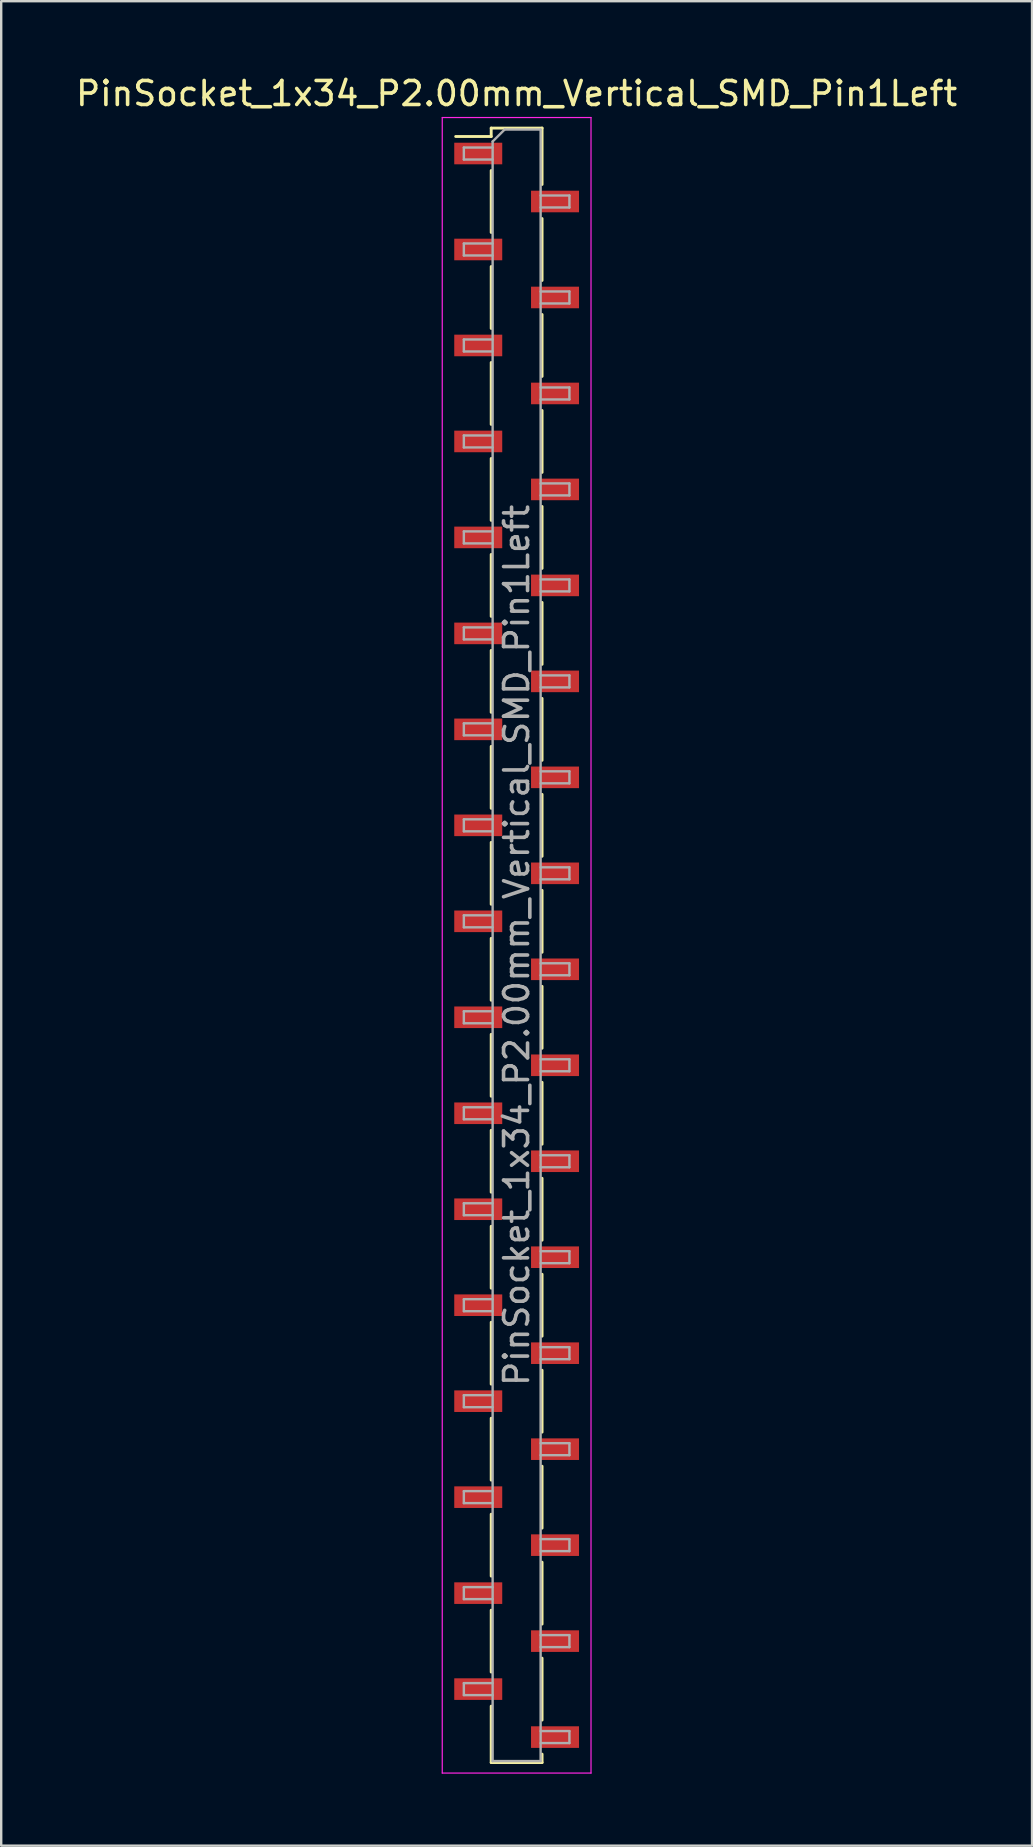
<source format=kicad_pcb>
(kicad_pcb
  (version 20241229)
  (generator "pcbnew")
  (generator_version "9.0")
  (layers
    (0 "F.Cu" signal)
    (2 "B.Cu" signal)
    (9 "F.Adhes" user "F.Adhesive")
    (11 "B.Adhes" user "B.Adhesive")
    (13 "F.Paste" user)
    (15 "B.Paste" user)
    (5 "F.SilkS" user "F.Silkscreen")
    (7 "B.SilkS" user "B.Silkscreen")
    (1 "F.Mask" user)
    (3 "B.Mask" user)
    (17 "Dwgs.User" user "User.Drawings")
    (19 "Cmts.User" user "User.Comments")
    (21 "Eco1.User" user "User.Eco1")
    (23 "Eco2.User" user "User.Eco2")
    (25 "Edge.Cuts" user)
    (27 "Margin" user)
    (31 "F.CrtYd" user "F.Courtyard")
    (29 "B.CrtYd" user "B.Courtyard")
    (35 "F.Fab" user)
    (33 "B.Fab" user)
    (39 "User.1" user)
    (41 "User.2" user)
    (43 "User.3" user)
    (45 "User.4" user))
  (footprint "PinSocket_1x34_P2.00mm_Vertical_SMD_Pin1Left"
    (layer "F.Cu")
    (at 18.482 36.348)
    (property "Reference" "PinSocket_1x34_P2.00mm_Vertical_SMD_Pin1Left" (at 0 -35.5 0) (layer "F.SilkS") (effects (font (size 1 1) (thickness 0.15))))
    (attr smd)
    (fp_line (start -2.54 -33.71) (end -1.06 -33.71) (stroke (width 0.12) (type solid)) (layer "F.SilkS"))
    (fp_line (start -1.06 -34.06) (end -1.06 -33.71) (stroke (width 0.12) (type solid)) (layer "F.SilkS"))
    (fp_line (start -1.06 -34.06) (end 1.06 -34.06) (stroke (width 0.12) (type solid)) (layer "F.SilkS"))
    (fp_line (start -1.06 -32.29) (end -1.06 -29.71) (stroke (width 0.12) (type solid)) (layer "F.SilkS"))
    (fp_line (start -1.06 -28.29) (end -1.06 -25.71) (stroke (width 0.12) (type solid)) (layer "F.SilkS"))
    (fp_line (start -1.06 -24.29) (end -1.06 -21.71) (stroke (width 0.12) (type solid)) (layer "F.SilkS"))
    (fp_line (start -1.06 -20.29) (end -1.06 -17.71) (stroke (width 0.12) (type solid)) (layer "F.SilkS"))
    (fp_line (start -1.06 -16.29) (end -1.06 -13.71) (stroke (width 0.12) (type solid)) (layer "F.SilkS"))
    (fp_line (start -1.06 -12.29) (end -1.06 -9.71) (stroke (width 0.12) (type solid)) (layer "F.SilkS"))
    (fp_line (start -1.06 -8.29) (end -1.06 -5.71) (stroke (width 0.12) (type solid)) (layer "F.SilkS"))
    (fp_line (start -1.06 -4.29) (end -1.06 -1.71) (stroke (width 0.12) (type solid)) (layer "F.SilkS"))
    (fp_line (start -1.06 -0.29) (end -1.06 2.29) (stroke (width 0.12) (type solid)) (layer "F.SilkS"))
    (fp_line (start -1.06 3.71) (end -1.06 6.29) (stroke (width 0.12) (type solid)) (layer "F.SilkS"))
    (fp_line (start -1.06 7.71) (end -1.06 10.29) (stroke (width 0.12) (type solid)) (layer "F.SilkS"))
    (fp_line (start -1.06 11.71) (end -1.06 14.29) (stroke (width 0.12) (type solid)) (layer "F.SilkS"))
    (fp_line (start -1.06 15.71) (end -1.06 18.29) (stroke (width 0.12) (type solid)) (layer "F.SilkS"))
    (fp_line (start -1.06 19.71) (end -1.06 22.29) (stroke (width 0.12) (type solid)) (layer "F.SilkS"))
    (fp_line (start -1.06 23.71) (end -1.06 26.29) (stroke (width 0.12) (type solid)) (layer "F.SilkS"))
    (fp_line (start -1.06 27.71) (end -1.06 30.29) (stroke (width 0.12) (type solid)) (layer "F.SilkS"))
    (fp_line (start -1.06 31.71) (end -1.06 34.06) (stroke (width 0.12) (type solid)) (layer "F.SilkS"))
    (fp_line (start -1.06 34.06) (end 1.06 34.06) (stroke (width 0.12) (type solid)) (layer "F.SilkS"))
    (fp_line (start 1.06 -34.06) (end 1.06 -31.71) (stroke (width 0.12) (type solid)) (layer "F.SilkS"))
    (fp_line (start 1.06 -30.29) (end 1.06 -27.71) (stroke (width 0.12) (type solid)) (layer "F.SilkS"))
    (fp_line (start 1.06 -26.29) (end 1.06 -23.71) (stroke (width 0.12) (type solid)) (layer "F.SilkS"))
    (fp_line (start 1.06 -22.29) (end 1.06 -19.71) (stroke (width 0.12) (type solid)) (layer "F.SilkS"))
    (fp_line (start 1.06 -18.29) (end 1.06 -15.71) (stroke (width 0.12) (type solid)) (layer "F.SilkS"))
    (fp_line (start 1.06 -14.29) (end 1.06 -11.71) (stroke (width 0.12) (type solid)) (layer "F.SilkS"))
    (fp_line (start 1.06 -10.29) (end 1.06 -7.71) (stroke (width 0.12) (type solid)) (layer "F.SilkS"))
    (fp_line (start 1.06 -6.29) (end 1.06 -3.71) (stroke (width 0.12) (type solid)) (layer "F.SilkS"))
    (fp_line (start 1.06 -2.29) (end 1.06 0.29) (stroke (width 0.12) (type solid)) (layer "F.SilkS"))
    (fp_line (start 1.06 1.71) (end 1.06 4.29) (stroke (width 0.12) (type solid)) (layer "F.SilkS"))
    (fp_line (start 1.06 5.71) (end 1.06 8.29) (stroke (width 0.12) (type solid)) (layer "F.SilkS"))
    (fp_line (start 1.06 9.71) (end 1.06 12.29) (stroke (width 0.12) (type solid)) (layer "F.SilkS"))
    (fp_line (start 1.06 13.71) (end 1.06 16.29) (stroke (width 0.12) (type solid)) (layer "F.SilkS"))
    (fp_line (start 1.06 17.71) (end 1.06 20.29) (stroke (width 0.12) (type solid)) (layer "F.SilkS"))
    (fp_line (start 1.06 21.71) (end 1.06 24.29) (stroke (width 0.12) (type solid)) (layer "F.SilkS"))
    (fp_line (start 1.06 25.71) (end 1.06 28.29) (stroke (width 0.12) (type solid)) (layer "F.SilkS"))
    (fp_line (start 1.06 29.71) (end 1.06 32.29) (stroke (width 0.12) (type solid)) (layer "F.SilkS"))
    (fp_line (start 1.06 33.71) (end 1.06 34.06) (stroke (width 0.12) (type solid)) (layer "F.SilkS"))
    (fp_line (start -3.1 -34.5) (end 3.1 -34.5) (stroke (width 0.05) (type solid)) (layer "F.CrtYd"))
    (fp_line (start -3.1 34.5) (end -3.1 -34.5) (stroke (width 0.05) (type solid)) (layer "F.CrtYd"))
    (fp_line (start 3.1 -34.5) (end 3.1 34.5) (stroke (width 0.05) (type solid)) (layer "F.CrtYd"))
    (fp_line (start 3.1 34.5) (end -3.1 34.5) (stroke (width 0.05) (type solid)) (layer "F.CrtYd"))
    (fp_line (start -2.2 -33.25) (end -1 -33.25) (stroke (width 0.1) (type solid)) (layer "F.Fab"))
    (fp_line (start -2.2 -32.75) (end -2.2 -33.25) (stroke (width 0.1) (type solid)) (layer "F.Fab"))
    (fp_line (start -2.2 -29.25) (end -1 -29.25) (stroke (width 0.1) (type solid)) (layer "F.Fab"))
    (fp_line (start -2.2 -28.75) (end -2.2 -29.25) (stroke (width 0.1) (type solid)) (layer "F.Fab"))
    (fp_line (start -2.2 -25.25) (end -1 -25.25) (stroke (width 0.1) (type solid)) (layer "F.Fab"))
    (fp_line (start -2.2 -24.75) (end -2.2 -25.25) (stroke (width 0.1) (type solid)) (layer "F.Fab"))
    (fp_line (start -2.2 -21.25) (end -1 -21.25) (stroke (width 0.1) (type solid)) (layer "F.Fab"))
    (fp_line (start -2.2 -20.75) (end -2.2 -21.25) (stroke (width 0.1) (type solid)) (layer "F.Fab"))
    (fp_line (start -2.2 -17.25) (end -1 -17.25) (stroke (width 0.1) (type solid)) (layer "F.Fab"))
    (fp_line (start -2.2 -16.75) (end -2.2 -17.25) (stroke (width 0.1) (type solid)) (layer "F.Fab"))
    (fp_line (start -2.2 -13.25) (end -1 -13.25) (stroke (width 0.1) (type solid)) (layer "F.Fab"))
    (fp_line (start -2.2 -12.75) (end -2.2 -13.25) (stroke (width 0.1) (type solid)) (layer "F.Fab"))
    (fp_line (start -2.2 -9.25) (end -1 -9.25) (stroke (width 0.1) (type solid)) (layer "F.Fab"))
    (fp_line (start -2.2 -8.75) (end -2.2 -9.25) (stroke (width 0.1) (type solid)) (layer "F.Fab"))
    (fp_line (start -2.2 -5.25) (end -1 -5.25) (stroke (width 0.1) (type solid)) (layer "F.Fab"))
    (fp_line (start -2.2 -4.75) (end -2.2 -5.25) (stroke (width 0.1) (type solid)) (layer "F.Fab"))
    (fp_line (start -2.2 -1.25) (end -1 -1.25) (stroke (width 0.1) (type solid)) (layer "F.Fab"))
    (fp_line (start -2.2 -0.75) (end -2.2 -1.25) (stroke (width 0.1) (type solid)) (layer "F.Fab"))
    (fp_line (start -2.2 2.75) (end -1 2.75) (stroke (width 0.1) (type solid)) (layer "F.Fab"))
    (fp_line (start -2.2 3.25) (end -2.2 2.75) (stroke (width 0.1) (type solid)) (layer "F.Fab"))
    (fp_line (start -2.2 6.75) (end -1 6.75) (stroke (width 0.1) (type solid)) (layer "F.Fab"))
    (fp_line (start -2.2 7.25) (end -2.2 6.75) (stroke (width 0.1) (type solid)) (layer "F.Fab"))
    (fp_line (start -2.2 10.75) (end -1 10.75) (stroke (width 0.1) (type solid)) (layer "F.Fab"))
    (fp_line (start -2.2 11.25) (end -2.2 10.75) (stroke (width 0.1) (type solid)) (layer "F.Fab"))
    (fp_line (start -2.2 14.75) (end -1 14.75) (stroke (width 0.1) (type solid)) (layer "F.Fab"))
    (fp_line (start -2.2 15.25) (end -2.2 14.75) (stroke (width 0.1) (type solid)) (layer "F.Fab"))
    (fp_line (start -2.2 18.75) (end -1 18.75) (stroke (width 0.1) (type solid)) (layer "F.Fab"))
    (fp_line (start -2.2 19.25) (end -2.2 18.75) (stroke (width 0.1) (type solid)) (layer "F.Fab"))
    (fp_line (start -2.2 22.75) (end -1 22.75) (stroke (width 0.1) (type solid)) (layer "F.Fab"))
    (fp_line (start -2.2 23.25) (end -2.2 22.75) (stroke (width 0.1) (type solid)) (layer "F.Fab"))
    (fp_line (start -2.2 26.75) (end -1 26.75) (stroke (width 0.1) (type solid)) (layer "F.Fab"))
    (fp_line (start -2.2 27.25) (end -2.2 26.75) (stroke (width 0.1) (type solid)) (layer "F.Fab"))
    (fp_line (start -2.2 30.75) (end -1 30.75) (stroke (width 0.1) (type solid)) (layer "F.Fab"))
    (fp_line (start -2.2 31.25) (end -2.2 30.75) (stroke (width 0.1) (type solid)) (layer "F.Fab"))
    (fp_line (start -1 -33.5) (end -0.5 -34) (stroke (width 0.1) (type solid)) (layer "F.Fab"))
    (fp_line (start -1 -32.75) (end -2.2 -32.75) (stroke (width 0.1) (type solid)) (layer "F.Fab"))
    (fp_line (start -1 -28.75) (end -2.2 -28.75) (stroke (width 0.1) (type solid)) (layer "F.Fab"))
    (fp_line (start -1 -24.75) (end -2.2 -24.75) (stroke (width 0.1) (type solid)) (layer "F.Fab"))
    (fp_line (start -1 -20.75) (end -2.2 -20.75) (stroke (width 0.1) (type solid)) (layer "F.Fab"))
    (fp_line (start -1 -16.75) (end -2.2 -16.75) (stroke (width 0.1) (type solid)) (layer "F.Fab"))
    (fp_line (start -1 -12.75) (end -2.2 -12.75) (stroke (width 0.1) (type solid)) (layer "F.Fab"))
    (fp_line (start -1 -8.75) (end -2.2 -8.75) (stroke (width 0.1) (type solid)) (layer "F.Fab"))
    (fp_line (start -1 -4.75) (end -2.2 -4.75) (stroke (width 0.1) (type solid)) (layer "F.Fab"))
    (fp_line (start -1 -0.75) (end -2.2 -0.75) (stroke (width 0.1) (type solid)) (layer "F.Fab"))
    (fp_line (start -1 3.25) (end -2.2 3.25) (stroke (width 0.1) (type solid)) (layer "F.Fab"))
    (fp_line (start -1 7.25) (end -2.2 7.25) (stroke (width 0.1) (type solid)) (layer "F.Fab"))
    (fp_line (start -1 11.25) (end -2.2 11.25) (stroke (width 0.1) (type solid)) (layer "F.Fab"))
    (fp_line (start -1 15.25) (end -2.2 15.25) (stroke (width 0.1) (type solid)) (layer "F.Fab"))
    (fp_line (start -1 19.25) (end -2.2 19.25) (stroke (width 0.1) (type solid)) (layer "F.Fab"))
    (fp_line (start -1 23.25) (end -2.2 23.25) (stroke (width 0.1) (type solid)) (layer "F.Fab"))
    (fp_line (start -1 27.25) (end -2.2 27.25) (stroke (width 0.1) (type solid)) (layer "F.Fab"))
    (fp_line (start -1 31.25) (end -2.2 31.25) (stroke (width 0.1) (type solid)) (layer "F.Fab"))
    (fp_line (start -1 34) (end -1 -33.5) (stroke (width 0.1) (type solid)) (layer "F.Fab"))
    (fp_line (start -0.5 -34) (end 1 -34) (stroke (width 0.1) (type solid)) (layer "F.Fab"))
    (fp_line (start 1 -34) (end 1 34) (stroke (width 0.1) (type solid)) (layer "F.Fab"))
    (fp_line (start 1 -31.25) (end 2.2 -31.25) (stroke (width 0.1) (type solid)) (layer "F.Fab"))
    (fp_line (start 1 -27.25) (end 2.2 -27.25) (stroke (width 0.1) (type solid)) (layer "F.Fab"))
    (fp_line (start 1 -23.25) (end 2.2 -23.25) (stroke (width 0.1) (type solid)) (layer "F.Fab"))
    (fp_line (start 1 -19.25) (end 2.2 -19.25) (stroke (width 0.1) (type solid)) (layer "F.Fab"))
    (fp_line (start 1 -15.25) (end 2.2 -15.25) (stroke (width 0.1) (type solid)) (layer "F.Fab"))
    (fp_line (start 1 -11.25) (end 2.2 -11.25) (stroke (width 0.1) (type solid)) (layer "F.Fab"))
    (fp_line (start 1 -7.25) (end 2.2 -7.25) (stroke (width 0.1) (type solid)) (layer "F.Fab"))
    (fp_line (start 1 -3.25) (end 2.2 -3.25) (stroke (width 0.1) (type solid)) (layer "F.Fab"))
    (fp_line (start 1 0.75) (end 2.2 0.75) (stroke (width 0.1) (type solid)) (layer "F.Fab"))
    (fp_line (start 1 4.75) (end 2.2 4.75) (stroke (width 0.1) (type solid)) (layer "F.Fab"))
    (fp_line (start 1 8.75) (end 2.2 8.75) (stroke (width 0.1) (type solid)) (layer "F.Fab"))
    (fp_line (start 1 12.75) (end 2.2 12.75) (stroke (width 0.1) (type solid)) (layer "F.Fab"))
    (fp_line (start 1 16.75) (end 2.2 16.75) (stroke (width 0.1) (type solid)) (layer "F.Fab"))
    (fp_line (start 1 20.75) (end 2.2 20.75) (stroke (width 0.1) (type solid)) (layer "F.Fab"))
    (fp_line (start 1 24.75) (end 2.2 24.75) (stroke (width 0.1) (type solid)) (layer "F.Fab"))
    (fp_line (start 1 28.75) (end 2.2 28.75) (stroke (width 0.1) (type solid)) (layer "F.Fab"))
    (fp_line (start 1 32.75) (end 2.2 32.75) (stroke (width 0.1) (type solid)) (layer "F.Fab"))
    (fp_line (start 1 34) (end -1 34) (stroke (width 0.1) (type solid)) (layer "F.Fab"))
    (fp_line (start 2.2 -31.25) (end 2.2 -30.75) (stroke (width 0.1) (type solid)) (layer "F.Fab"))
    (fp_line (start 2.2 -30.75) (end 1 -30.75) (stroke (width 0.1) (type solid)) (layer "F.Fab"))
    (fp_line (start 2.2 -27.25) (end 2.2 -26.75) (stroke (width 0.1) (type solid)) (layer "F.Fab"))
    (fp_line (start 2.2 -26.75) (end 1 -26.75) (stroke (width 0.1) (type solid)) (layer "F.Fab"))
    (fp_line (start 2.2 -23.25) (end 2.2 -22.75) (stroke (width 0.1) (type solid)) (layer "F.Fab"))
    (fp_line (start 2.2 -22.75) (end 1 -22.75) (stroke (width 0.1) (type solid)) (layer "F.Fab"))
    (fp_line (start 2.2 -19.25) (end 2.2 -18.75) (stroke (width 0.1) (type solid)) (layer "F.Fab"))
    (fp_line (start 2.2 -18.75) (end 1 -18.75) (stroke (width 0.1) (type solid)) (layer "F.Fab"))
    (fp_line (start 2.2 -15.25) (end 2.2 -14.75) (stroke (width 0.1) (type solid)) (layer "F.Fab"))
    (fp_line (start 2.2 -14.75) (end 1 -14.75) (stroke (width 0.1) (type solid)) (layer "F.Fab"))
    (fp_line (start 2.2 -11.25) (end 2.2 -10.75) (stroke (width 0.1) (type solid)) (layer "F.Fab"))
    (fp_line (start 2.2 -10.75) (end 1 -10.75) (stroke (width 0.1) (type solid)) (layer "F.Fab"))
    (fp_line (start 2.2 -7.25) (end 2.2 -6.75) (stroke (width 0.1) (type solid)) (layer "F.Fab"))
    (fp_line (start 2.2 -6.75) (end 1 -6.75) (stroke (width 0.1) (type solid)) (layer "F.Fab"))
    (fp_line (start 2.2 -3.25) (end 2.2 -2.75) (stroke (width 0.1) (type solid)) (layer "F.Fab"))
    (fp_line (start 2.2 -2.75) (end 1 -2.75) (stroke (width 0.1) (type solid)) (layer "F.Fab"))
    (fp_line (start 2.2 0.75) (end 2.2 1.25) (stroke (width 0.1) (type solid)) (layer "F.Fab"))
    (fp_line (start 2.2 1.25) (end 1 1.25) (stroke (width 0.1) (type solid)) (layer "F.Fab"))
    (fp_line (start 2.2 4.75) (end 2.2 5.25) (stroke (width 0.1) (type solid)) (layer "F.Fab"))
    (fp_line (start 2.2 5.25) (end 1 5.25) (stroke (width 0.1) (type solid)) (layer "F.Fab"))
    (fp_line (start 2.2 8.75) (end 2.2 9.25) (stroke (width 0.1) (type solid)) (layer "F.Fab"))
    (fp_line (start 2.2 9.25) (end 1 9.25) (stroke (width 0.1) (type solid)) (layer "F.Fab"))
    (fp_line (start 2.2 12.75) (end 2.2 13.25) (stroke (width 0.1) (type solid)) (layer "F.Fab"))
    (fp_line (start 2.2 13.25) (end 1 13.25) (stroke (width 0.1) (type solid)) (layer "F.Fab"))
    (fp_line (start 2.2 16.75) (end 2.2 17.25) (stroke (width 0.1) (type solid)) (layer "F.Fab"))
    (fp_line (start 2.2 17.25) (end 1 17.25) (stroke (width 0.1) (type solid)) (layer "F.Fab"))
    (fp_line (start 2.2 20.75) (end 2.2 21.25) (stroke (width 0.1) (type solid)) (layer "F.Fab"))
    (fp_line (start 2.2 21.25) (end 1 21.25) (stroke (width 0.1) (type solid)) (layer "F.Fab"))
    (fp_line (start 2.2 24.75) (end 2.2 25.25) (stroke (width 0.1) (type solid)) (layer "F.Fab"))
    (fp_line (start 2.2 25.25) (end 1 25.25) (stroke (width 0.1) (type solid)) (layer "F.Fab"))
    (fp_line (start 2.2 28.75) (end 2.2 29.25) (stroke (width 0.1) (type solid)) (layer "F.Fab"))
    (fp_line (start 2.2 29.25) (end 1 29.25) (stroke (width 0.1) (type solid)) (layer "F.Fab"))
    (fp_line (start 2.2 32.75) (end 2.2 33.25) (stroke (width 0.1) (type solid)) (layer "F.Fab"))
    (fp_line (start 2.2 33.25) (end 1 33.25) (stroke (width 0.1) (type solid)) (layer "F.Fab"))
    (fp_text user "${REFERENCE}" (at 0 0 90) (layer "F.Fab") (effects (font (size 1 1) (thickness 0.15))))
    (pad "1" smd rect (at -1.6 -33) (size 2 0.9) (layers "F.Cu" "F.Mask" "F.Paste"))
    (pad "2" smd rect (at 1.6 -31) (size 2 0.9) (layers "F.Cu" "F.Mask" "F.Paste"))
    (pad "3" smd rect (at -1.6 -29) (size 2 0.9) (layers "F.Cu" "F.Mask" "F.Paste"))
    (pad "4" smd rect (at 1.6 -27) (size 2 0.9) (layers "F.Cu" "F.Mask" "F.Paste"))
    (pad "5" smd rect (at -1.6 -25) (size 2 0.9) (layers "F.Cu" "F.Mask" "F.Paste"))
    (pad "6" smd rect (at 1.6 -23) (size 2 0.9) (layers "F.Cu" "F.Mask" "F.Paste"))
    (pad "7" smd rect (at -1.6 -21) (size 2 0.9) (layers "F.Cu" "F.Mask" "F.Paste"))
    (pad "8" smd rect (at 1.6 -19) (size 2 0.9) (layers "F.Cu" "F.Mask" "F.Paste"))
    (pad "9" smd rect (at -1.6 -17) (size 2 0.9) (layers "F.Cu" "F.Mask" "F.Paste"))
    (pad "10" smd rect (at 1.6 -15) (size 2 0.9) (layers "F.Cu" "F.Mask" "F.Paste"))
    (pad "11" smd rect (at -1.6 -13) (size 2 0.9) (layers "F.Cu" "F.Mask" "F.Paste"))
    (pad "12" smd rect (at 1.6 -11) (size 2 0.9) (layers "F.Cu" "F.Mask" "F.Paste"))
    (pad "13" smd rect (at -1.6 -9) (size 2 0.9) (layers "F.Cu" "F.Mask" "F.Paste"))
    (pad "14" smd rect (at 1.6 -7) (size 2 0.9) (layers "F.Cu" "F.Mask" "F.Paste"))
    (pad "15" smd rect (at -1.6 -5) (size 2 0.9) (layers "F.Cu" "F.Mask" "F.Paste"))
    (pad "16" smd rect (at 1.6 -3) (size 2 0.9) (layers "F.Cu" "F.Mask" "F.Paste"))
    (pad "17" smd rect (at -1.6 -1) (size 2 0.9) (layers "F.Cu" "F.Mask" "F.Paste"))
    (pad "18" smd rect (at 1.6 1) (size 2 0.9) (layers "F.Cu" "F.Mask" "F.Paste"))
    (pad "19" smd rect (at -1.6 3) (size 2 0.9) (layers "F.Cu" "F.Mask" "F.Paste"))
    (pad "20" smd rect (at 1.6 5) (size 2 0.9) (layers "F.Cu" "F.Mask" "F.Paste"))
    (pad "21" smd rect (at -1.6 7) (size 2 0.9) (layers "F.Cu" "F.Mask" "F.Paste"))
    (pad "22" smd rect (at 1.6 9) (size 2 0.9) (layers "F.Cu" "F.Mask" "F.Paste"))
    (pad "23" smd rect (at -1.6 11) (size 2 0.9) (layers "F.Cu" "F.Mask" "F.Paste"))
    (pad "24" smd rect (at 1.6 13) (size 2 0.9) (layers "F.Cu" "F.Mask" "F.Paste"))
    (pad "25" smd rect (at -1.6 15) (size 2 0.9) (layers "F.Cu" "F.Mask" "F.Paste"))
    (pad "26" smd rect (at 1.6 17) (size 2 0.9) (layers "F.Cu" "F.Mask" "F.Paste"))
    (pad "27" smd rect (at -1.6 19) (size 2 0.9) (layers "F.Cu" "F.Mask" "F.Paste"))
    (pad "28" smd rect (at 1.6 21) (size 2 0.9) (layers "F.Cu" "F.Mask" "F.Paste"))
    (pad "29" smd rect (at -1.6 23) (size 2 0.9) (layers "F.Cu" "F.Mask" "F.Paste"))
    (pad "30" smd rect (at 1.6 25) (size 2 0.9) (layers "F.Cu" "F.Mask" "F.Paste"))
    (pad "31" smd rect (at -1.6 27) (size 2 0.9) (layers "F.Cu" "F.Mask" "F.Paste"))
    (pad "32" smd rect (at 1.6 29) (size 2 0.9) (layers "F.Cu" "F.Mask" "F.Paste"))
    (pad "33" smd rect (at -1.6 31) (size 2 0.9) (layers "F.Cu" "F.Mask" "F.Paste"))
    (pad "34" smd rect (at 1.6 33) (size 2 0.9) (layers "F.Cu" "F.Mask" "F.Paste")))
  (gr_rect
    (start -3 -3)
    (end 39.964 73.873)
    (stroke (width 0.1) (type default))
    (fill no)
    (layer "Edge.Cuts")))
</source>
